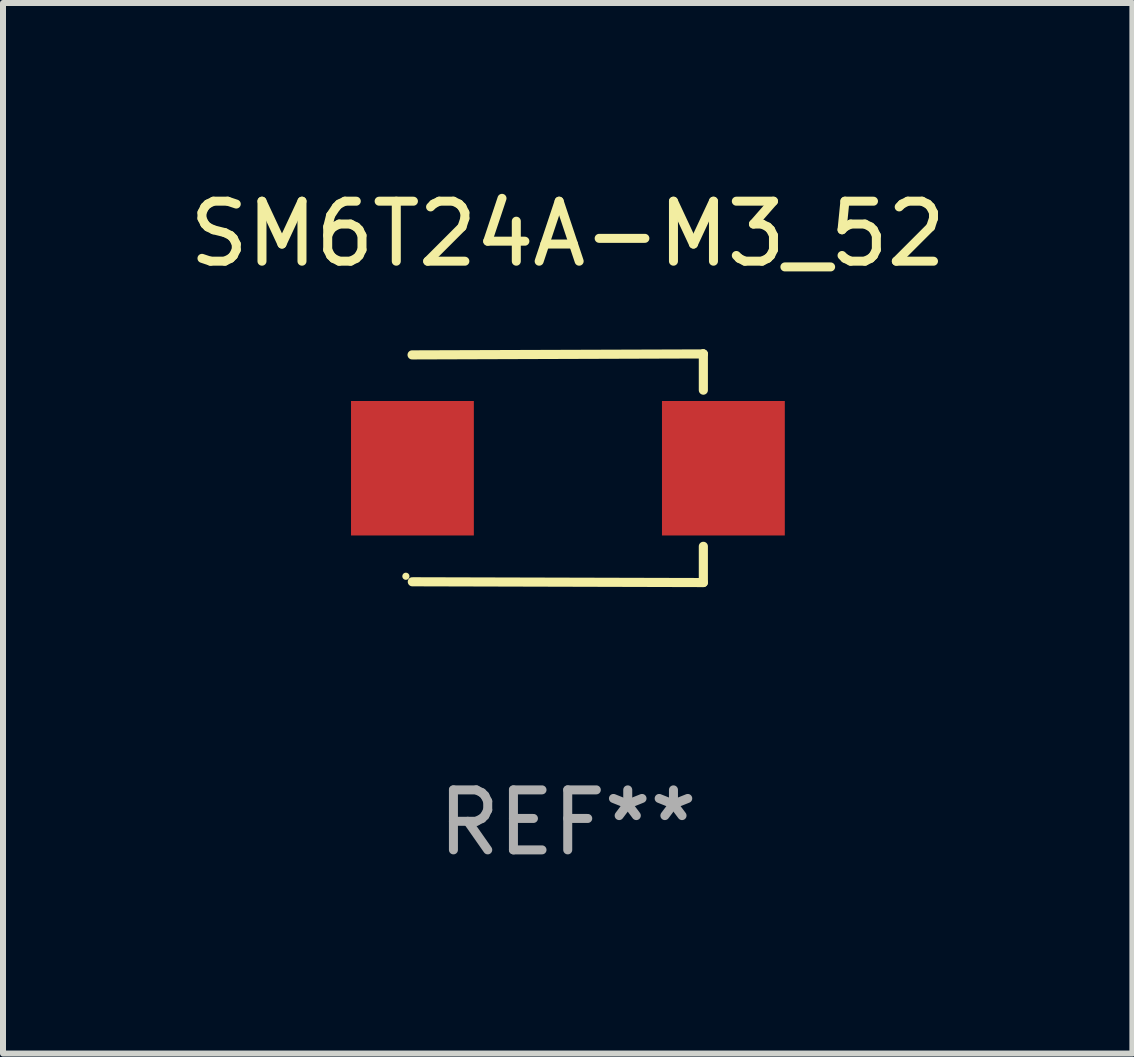
<source format=kicad_pcb>
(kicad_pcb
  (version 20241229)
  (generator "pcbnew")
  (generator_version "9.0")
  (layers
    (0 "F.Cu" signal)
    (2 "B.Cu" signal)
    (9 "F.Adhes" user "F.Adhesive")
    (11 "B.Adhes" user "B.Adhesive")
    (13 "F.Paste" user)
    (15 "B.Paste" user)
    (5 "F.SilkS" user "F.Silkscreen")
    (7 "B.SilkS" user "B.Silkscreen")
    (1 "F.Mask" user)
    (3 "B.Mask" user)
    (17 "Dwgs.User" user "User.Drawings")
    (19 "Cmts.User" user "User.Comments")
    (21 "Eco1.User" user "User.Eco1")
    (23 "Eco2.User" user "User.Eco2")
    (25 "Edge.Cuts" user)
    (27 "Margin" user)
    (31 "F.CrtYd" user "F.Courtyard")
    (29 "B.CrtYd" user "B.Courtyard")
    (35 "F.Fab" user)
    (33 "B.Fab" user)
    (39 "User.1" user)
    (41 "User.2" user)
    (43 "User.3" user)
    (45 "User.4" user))
  (footprint "SM6T24A-M3_52"
    (layer "F.Cu")
    (at 6.411 4.753)
    (property "Reference" "SM6T24A-M3_52" (at 0 -3.905 0) (layer "F.SilkS") (effects (font (size 1 1) (thickness 0.15))))
    (attr through_hole)
    (fp_line (start 2.256 -1.905) (end -2.594 -1.889) (stroke (width 0.152) (type solid)) (layer "F.SilkS"))
    (fp_line (start 2.256 -1.905) (end 2.26 -1.905) (stroke (width 0.152) (type solid)) (layer "F.SilkS"))
    (fp_line (start 2.26 -1.905) (end 2.26 -1.301) (stroke (width 0.152) (type solid)) (layer "F.SilkS"))
    (fp_line (start 2.26 1.301) (end 2.26 1.905) (stroke (width 0.152) (type solid)) (layer "F.SilkS"))
    (fp_line (start 2.26 1.905) (end -2.59 1.892) (stroke (width 0.152) (type solid)) (layer "F.SilkS"))
    (fp_circle (center -2.697 1.8) (end -2.667 1.8) (stroke (width 0.06) (type solid)) (fill no) (layer "F.SilkS"))
    (fp_text user "REF**" (at 0 5.905 0) (layer "F.Fab") (effects (font (size 1 1) (thickness 0.15))))
    (pad "1" smd rect (at -2.588 0) (size 2.047 2.241) (layers "F.Cu" "F.Mask" "F.Paste"))
    (pad "2" smd rect (at 2.594 0) (size 2.047 2.241) (layers "F.Cu" "F.Mask" "F.Paste")))
  (gr_rect
    (start -3 -3)
    (end 15.821 14.507)
    (stroke (width 0.1) (type default))
    (fill no)
    (layer "Edge.Cuts")))
</source>
